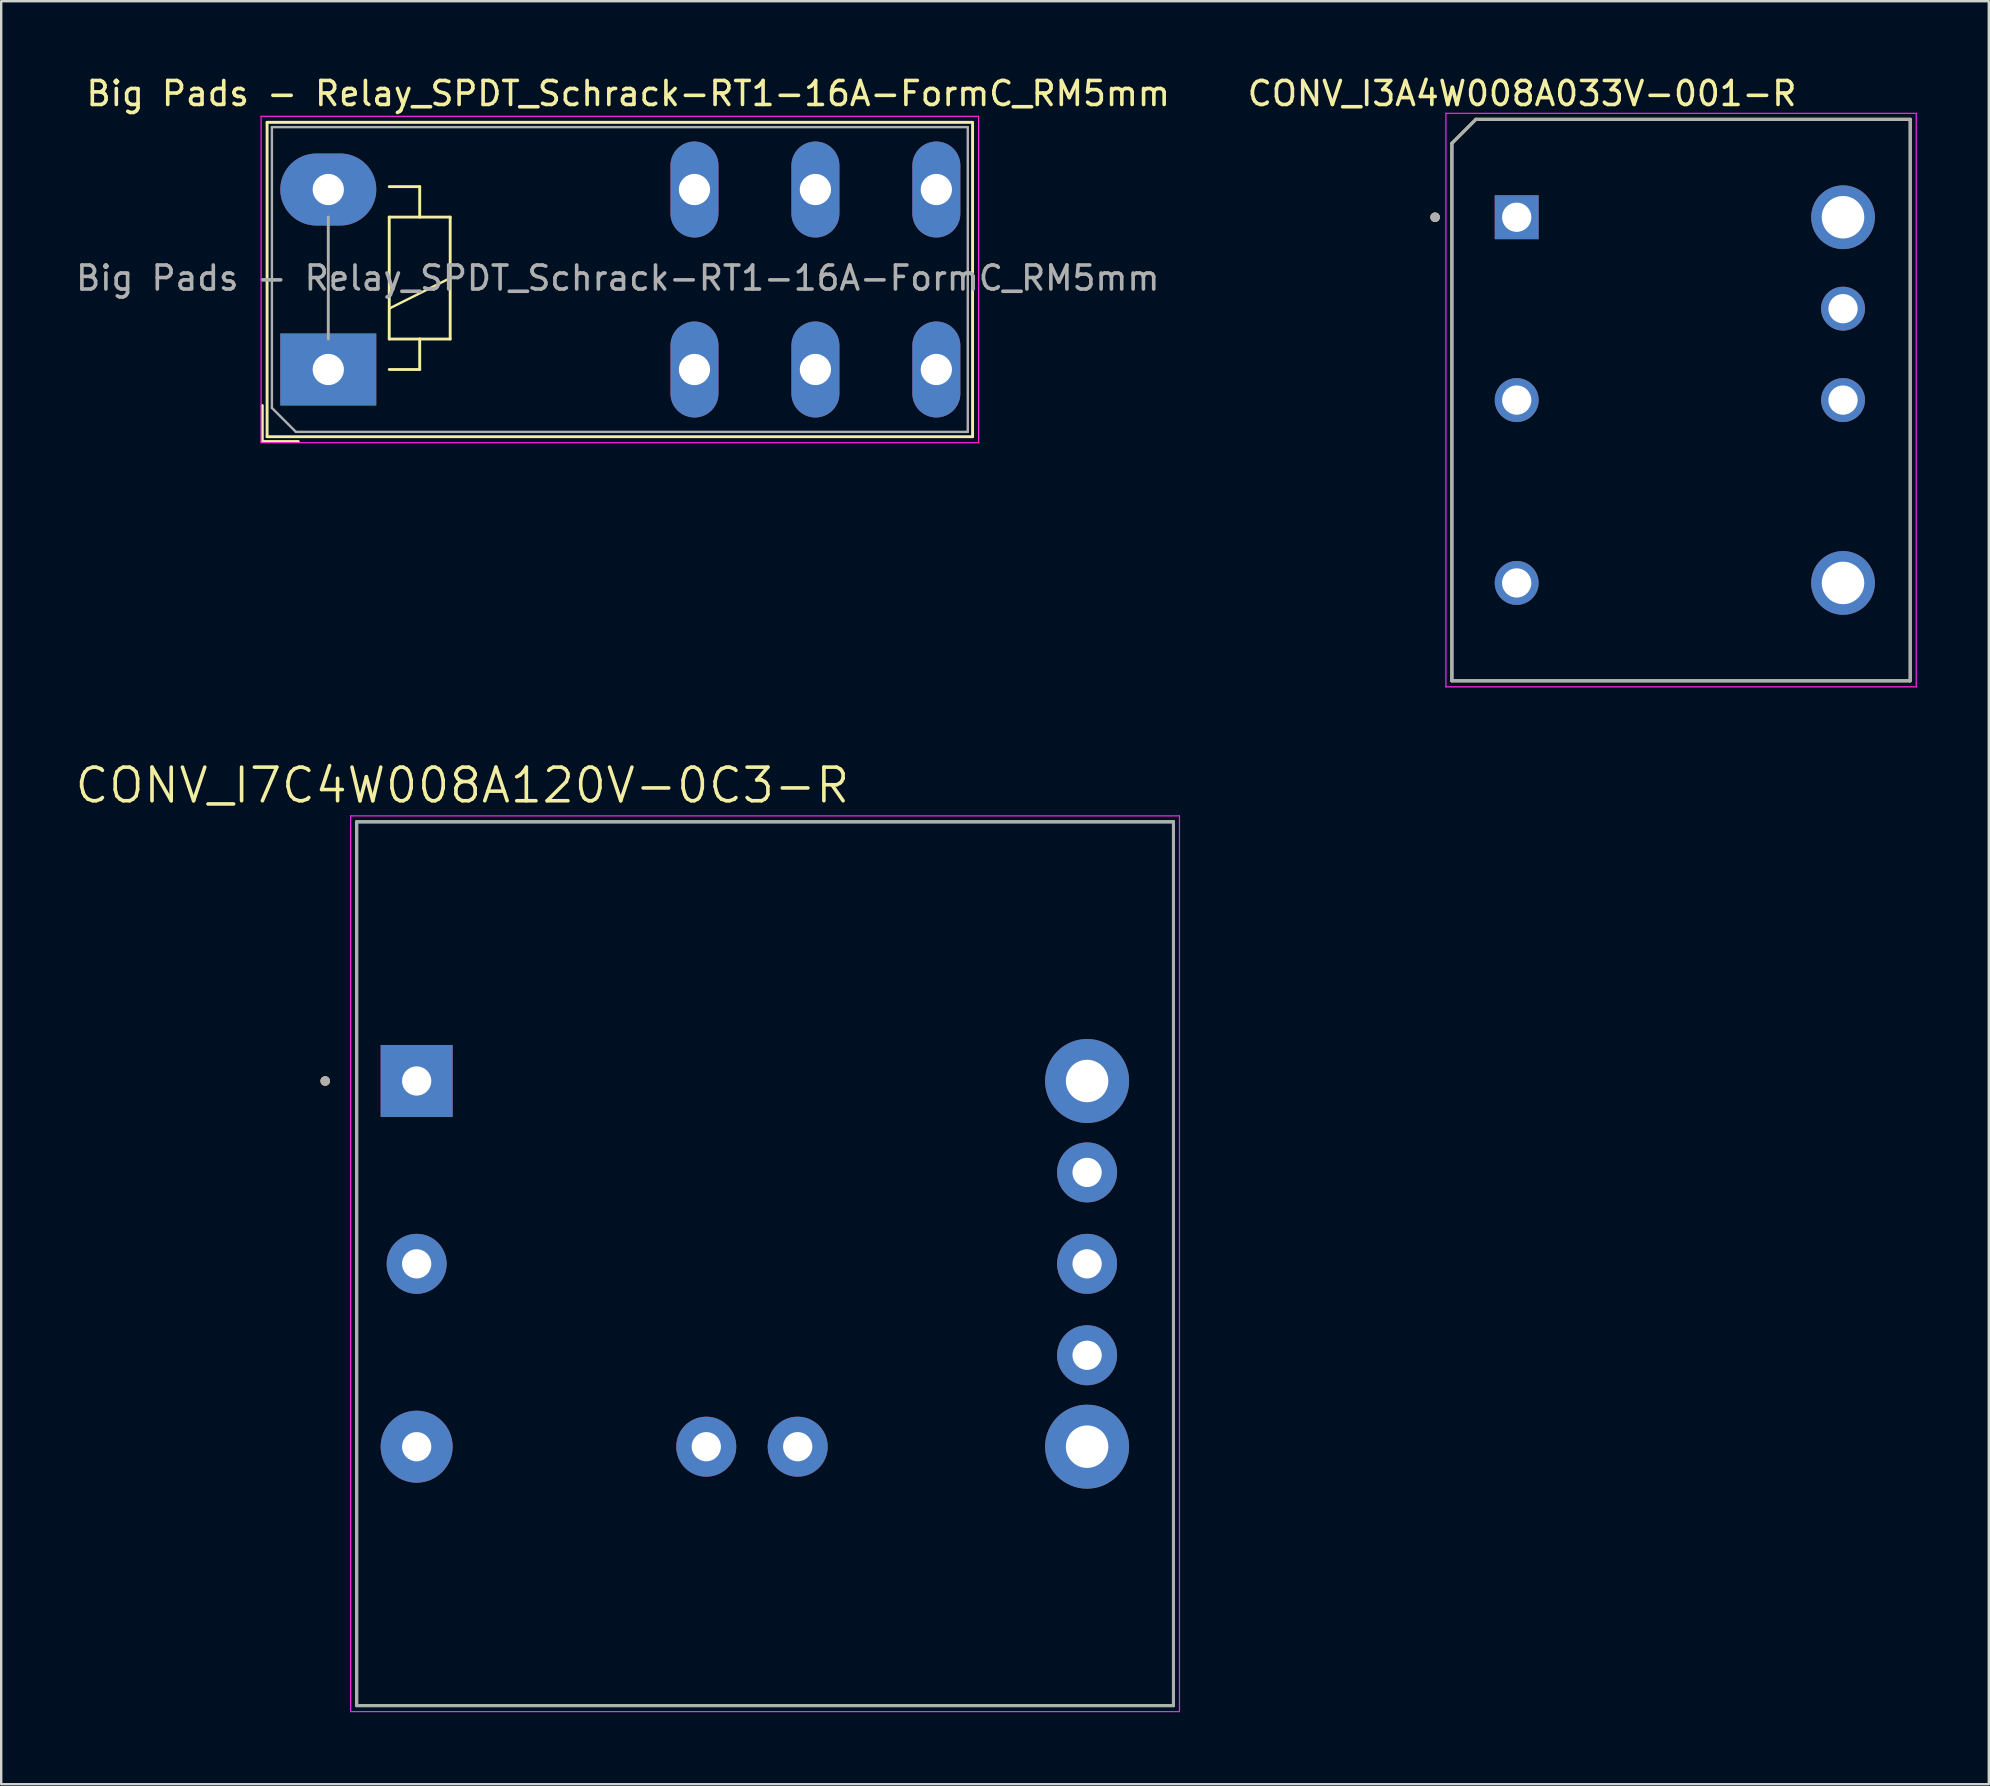
<source format=kicad_pcb>
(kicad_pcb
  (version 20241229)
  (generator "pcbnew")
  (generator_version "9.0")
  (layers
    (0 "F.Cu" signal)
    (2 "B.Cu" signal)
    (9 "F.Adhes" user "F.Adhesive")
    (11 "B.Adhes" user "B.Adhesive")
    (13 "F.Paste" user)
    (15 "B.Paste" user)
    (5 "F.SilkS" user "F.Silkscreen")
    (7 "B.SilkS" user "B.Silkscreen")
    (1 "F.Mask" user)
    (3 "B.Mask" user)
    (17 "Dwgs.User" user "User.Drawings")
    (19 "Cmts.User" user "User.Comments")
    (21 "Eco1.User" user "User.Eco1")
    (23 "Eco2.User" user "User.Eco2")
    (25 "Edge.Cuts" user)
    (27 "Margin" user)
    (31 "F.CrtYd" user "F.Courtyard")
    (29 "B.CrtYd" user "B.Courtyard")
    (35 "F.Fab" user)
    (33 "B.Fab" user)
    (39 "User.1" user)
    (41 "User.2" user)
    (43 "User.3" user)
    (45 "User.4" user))
  (footprint "Big Pads - Relay_SPDT_Schrack-RT1-16A-FormC_RM5mm"
    (layer "F.Cu")
    (at 10.631 12.348)
    (property "Reference" "Big Pads - Relay_SPDT_Schrack-RT1-16A-FormC_RM5mm" (at 12.5 -11.5 0) (layer "F.SilkS") (effects (font (size 1 1) (thickness 0.15))))
    (attr through_hole)
    (fp_line (start -2.75 1.5) (end -2.75 3) (stroke (width 0.12) (type solid)) (layer "F.SilkS"))
    (fp_line (start -2.75 3) (end -1.25 3) (stroke (width 0.12) (type solid)) (layer "F.SilkS"))
    (fp_line (start -2.55 -10.3) (end -2.55 2.8) (stroke (width 0.12) (type solid)) (layer "F.SilkS"))
    (fp_line (start -2.55 2.8) (end 26.85 2.8) (stroke (width 0.12) (type solid)) (layer "F.SilkS"))
    (fp_line (start 2.54 -6.35) (end 2.54 -1.27) (stroke (width 0.12) (type solid)) (layer "F.SilkS"))
    (fp_line (start 2.54 -2.54) (end 5.08 -3.81) (stroke (width 0.1) (type solid)) (layer "F.SilkS"))
    (fp_line (start 2.54 -1.27) (end 3.81 -1.27) (stroke (width 0.12) (type solid)) (layer "F.SilkS"))
    (fp_line (start 2.54 0) (end 3.81 0) (stroke (width 0.12) (type solid)) (layer "F.SilkS"))
    (fp_line (start 3.81 -7.62) (end 2.54 -7.62) (stroke (width 0.12) (type solid)) (layer "F.SilkS"))
    (fp_line (start 3.81 -6.35) (end 3.81 -7.62) (stroke (width 0.12) (type solid)) (layer "F.SilkS"))
    (fp_line (start 3.81 -1.27) (end 5.08 -1.27) (stroke (width 0.12) (type solid)) (layer "F.SilkS"))
    (fp_line (start 3.81 0) (end 3.81 -1.27) (stroke (width 0.12) (type solid)) (layer "F.SilkS"))
    (fp_line (start 5.08 -6.35) (end 2.54 -6.35) (stroke (width 0.12) (type solid)) (layer "F.SilkS"))
    (fp_line (start 5.08 -1.27) (end 5.08 -6.35) (stroke (width 0.12) (type solid)) (layer "F.SilkS"))
    (fp_line (start 26.85 -10.3) (end -2.55 -10.3) (stroke (width 0.12) (type solid)) (layer "F.SilkS"))
    (fp_line (start 26.85 2.8) (end 26.85 -10.3) (stroke (width 0.12) (type solid)) (layer "F.SilkS"))
    (fp_line (start -2.8 -10.55) (end -2.8 3.05) (stroke (width 0.05) (type solid)) (layer "F.CrtYd"))
    (fp_line (start -2.8 3.05) (end 27.1 3.05) (stroke (width 0.05) (type solid)) (layer "F.CrtYd"))
    (fp_line (start 27.1 -10.55) (end -2.8 -10.55) (stroke (width 0.05) (type solid)) (layer "F.CrtYd"))
    (fp_line (start 27.1 3.05) (end 27.1 -10.55) (stroke (width 0.05) (type solid)) (layer "F.CrtYd"))
    (fp_line (start -2.35 -10.1) (end -2.35 1.6) (stroke (width 0.1) (type solid)) (layer "F.Fab"))
    (fp_line (start -2.35 1.6) (end -1.35 2.6) (stroke (width 0.1) (type solid)) (layer "F.Fab"))
    (fp_line (start -1.35 2.6) (end 26.65 2.6) (stroke (width 0.1) (type solid)) (layer "F.Fab"))
    (fp_line (start 0 -1.27) (end 0 -6.35) (stroke (width 0.12) (type solid)) (layer "F.Fab"))
    (fp_line (start 26.65 -10.1) (end -2.35 -10.1) (stroke (width 0.1) (type solid)) (layer "F.Fab"))
    (fp_line (start 26.65 2.6) (end 26.65 -10.1) (stroke (width 0.1) (type solid)) (layer "F.Fab"))
    (fp_text user "${REFERENCE}" (at 12.065 -3.81 180) (layer "F.Fab") (effects (font (size 1 1) (thickness 0.15))))
    (pad "11" thru_hole oval (at 20.3 -7.5 180) (size 2 4) (drill 1.3) (layers "*.Cu" "*.Mask"))
    (pad "11" thru_hole oval (at 20.3 0 180) (size 2 4) (drill 1.3) (layers "*.Cu" "*.Mask"))
    (pad "12" thru_hole oval (at 15.26 -7.5 180) (size 2 4) (drill 1.3) (layers "*.Cu" "*.Mask"))
    (pad "12" thru_hole oval (at 15.26 0 180) (size 2 4) (drill 1.3) (layers "*.Cu" "*.Mask"))
    (pad "14" thru_hole oval (at 25.34 -7.5 180) (size 2 4) (drill 1.3) (layers "*.Cu" "*.Mask"))
    (pad "14" thru_hole oval (at 25.34 0 180) (size 2 4) (drill 1.3) (layers "*.Cu" "*.Mask"))
    (pad "A1" thru_hole rect (at 0 0 180) (size 4 3) (drill 1.3) (layers "*.Cu" "*.Mask"))
    (pad "A2" thru_hole oval (at 0 -7.5 180) (size 4 3) (drill 1.3) (layers "*.Cu" "*.Mask")))
  (footprint "CONV_I3A4W008A033V-001-R"
    (layer "F.Cu")
    (at 67.006 13.623)
    (property "Reference" "CONV_I3A4W008A033V-001-R" (at -6.625 -12.775 0) (layer "F.SilkS") (effects (font (size 1 1) (thickness 0.15))))
    (attr through_hole)
    (fp_line (start -9.55 -10.7) (end -9.55 11.7) (stroke (width 0.127) (type solid)) (layer "F.SilkS"))
    (fp_line (start -9.55 11.7) (end 9.55 11.7) (stroke (width 0.127) (type solid)) (layer "F.SilkS"))
    (fp_line (start -8.55 -11.7) (end -9.55 -10.7) (stroke (width 0.127) (type solid)) (layer "F.SilkS"))
    (fp_line (start 9.55 -11.7) (end -8.55 -11.7) (stroke (width 0.127) (type solid)) (layer "F.SilkS"))
    (fp_line (start 9.55 11.7) (end 9.55 -11.7) (stroke (width 0.127) (type solid)) (layer "F.SilkS"))
    (fp_circle (center -10.25 -7.62) (end -10.15 -7.62) (stroke (width 0.2) (type solid)) (fill no) (layer "F.SilkS"))
    (fp_line (start -9.8 -11.95) (end -9.8 11.95) (stroke (width 0.05) (type solid)) (layer "F.CrtYd"))
    (fp_line (start -9.8 11.95) (end 9.8 11.95) (stroke (width 0.05) (type solid)) (layer "F.CrtYd"))
    (fp_line (start 9.8 -11.95) (end -9.8 -11.95) (stroke (width 0.05) (type solid)) (layer "F.CrtYd"))
    (fp_line (start 9.8 11.95) (end 9.8 -11.95) (stroke (width 0.05) (type solid)) (layer "F.CrtYd"))
    (fp_line (start -9.55 -10.7) (end -9.55 11.7) (stroke (width 0.127) (type solid)) (layer "F.Fab"))
    (fp_line (start -9.55 11.7) (end 9.55 11.7) (stroke (width 0.127) (type solid)) (layer "F.Fab"))
    (fp_line (start -8.55 -11.7) (end -9.55 -10.7) (stroke (width 0.127) (type solid)) (layer "F.Fab"))
    (fp_line (start 9.55 -11.7) (end -8.55 -11.7) (stroke (width 0.127) (type solid)) (layer "F.Fab"))
    (fp_line (start 9.55 11.7) (end 9.55 -11.7) (stroke (width 0.127) (type solid)) (layer "F.Fab"))
    (fp_circle (center -10.25 -7.62) (end -10.15 -7.62) (stroke (width 0.2) (type solid)) (fill no) (layer "F.Fab"))
    (pad "1" thru_hole rect (at -6.85 -7.62) (size 1.83 1.83) (drill 1.22) (layers "*.Cu" "*.Mask"))
    (pad "2" thru_hole circle (at -6.85 0) (size 1.83 1.83) (drill 1.22) (layers "*.Cu" "*.Mask"))
    (pad "3" thru_hole circle (at -6.85 7.62) (size 1.83 1.83) (drill 1.22) (layers "*.Cu" "*.Mask"))
    (pad "4" thru_hole circle (at 6.75 7.62) (size 2.655 2.655) (drill 1.77) (layers "*.Cu" "*.Mask"))
    (pad "6" thru_hole circle (at 6.75 0) (size 1.83 1.83) (drill 1.22) (layers "*.Cu" "*.Mask"))
    (pad "7" thru_hole circle (at 6.75 -3.81) (size 1.83 1.83) (drill 1.22) (layers "*.Cu" "*.Mask"))
    (pad "8" thru_hole circle (at 6.75 -7.62) (size 2.655 2.655) (drill 1.77) (layers "*.Cu" "*.Mask")))
  (footprint "CONV_I7C4W008A120V-0C3-R"
    (layer "F.Cu")
    (at 14.313 41.999)
    (property "Reference" "CONV_I7C4W008A120V-0C3-R" (at 1.905 -12.319 0) (layer "F.SilkS") (effects (font (size 1.4 1.4) (thickness 0.15))))
    (attr through_hole)
    (fp_line (start -2.5 -10.8) (end -2.5 26.03) (stroke (width 0.127) (type solid)) (layer "F.SilkS"))
    (fp_line (start -2.5 26.03) (end 31.54 26.03) (stroke (width 0.127) (type solid)) (layer "F.SilkS"))
    (fp_line (start 31.54 -10.8) (end -2.5 -10.8) (stroke (width 0.127) (type solid)) (layer "F.SilkS"))
    (fp_line (start 31.54 26.03) (end 31.54 -10.8) (stroke (width 0.127) (type solid)) (layer "F.SilkS"))
    (fp_circle (center -3.81 0) (end -3.71 0) (stroke (width 0.2) (type solid)) (fill no) (layer "F.SilkS"))
    (fp_line (start -2.75 -11.05) (end 31.79 -11.05) (stroke (width 0.05) (type solid)) (layer "F.CrtYd"))
    (fp_line (start -2.75 26.28) (end -2.75 -11.05) (stroke (width 0.05) (type solid)) (layer "F.CrtYd"))
    (fp_line (start 31.79 -11.05) (end 31.79 26.28) (stroke (width 0.05) (type solid)) (layer "F.CrtYd"))
    (fp_line (start 31.79 26.28) (end -2.75 26.28) (stroke (width 0.05) (type solid)) (layer "F.CrtYd"))
    (fp_line (start -2.5 -10.8) (end -2.5 26.03) (stroke (width 0.127) (type solid)) (layer "F.Fab"))
    (fp_line (start -2.5 -10.8) (end 31.54 -10.8) (stroke (width 0.127) (type solid)) (layer "F.Fab"))
    (fp_line (start -2.5 26.03) (end 31.54 26.03) (stroke (width 0.127) (type solid)) (layer "F.Fab"))
    (fp_line (start 31.54 26.03) (end 31.54 -10.8) (stroke (width 0.127) (type solid)) (layer "F.Fab"))
    (fp_circle (center -3.81 0) (end -3.71 0) (stroke (width 0.2) (type solid)) (fill no) (layer "F.Fab"))
    (pad "1" thru_hole rect (at 0 0) (size 3 3) (drill 1.22) (layers "*.Cu" "*.Mask"))
    (pad "2" thru_hole circle (at 0 7.62) (size 2.5 2.5) (drill 1.22) (layers "*.Cu" "*.Mask"))
    (pad "3" thru_hole circle (at 0 15.24) (size 3 3) (drill 1.22) (layers "*.Cu" "*.Mask"))
    (pad "4" thru_hole circle (at 27.94 15.24) (size 3.5 3.5) (drill 1.77) (layers "*.Cu" "*.Mask"))
    (pad "5" thru_hole circle (at 27.94 11.43) (size 2.5 2.5) (drill 1.22) (layers "*.Cu" "*.Mask"))
    (pad "6" thru_hole circle (at 27.94 7.62) (size 2.5 2.5) (drill 1.22) (layers "*.Cu" "*.Mask"))
    (pad "7" thru_hole circle (at 27.94 3.81) (size 2.5 2.5) (drill 1.22) (layers "*.Cu" "*.Mask"))
    (pad "8" thru_hole circle (at 27.94 0) (size 3.5 3.5) (drill 1.77) (layers "*.Cu" "*.Mask"))
    (pad "32" thru_hole circle (at 12.07 15.24) (size 2.5 2.5) (drill 1.22) (layers "*.Cu" "*.Mask"))
    (pad "34" thru_hole circle (at 15.88 15.24) (size 2.5 2.5) (drill 1.22) (layers "*.Cu" "*.Mask")))
  (gr_rect
    (start -3 -3)
    (end 79.831 71.305)
    (stroke (width 0.1) (type default))
    (fill no)
    (layer "Edge.Cuts")))
</source>
